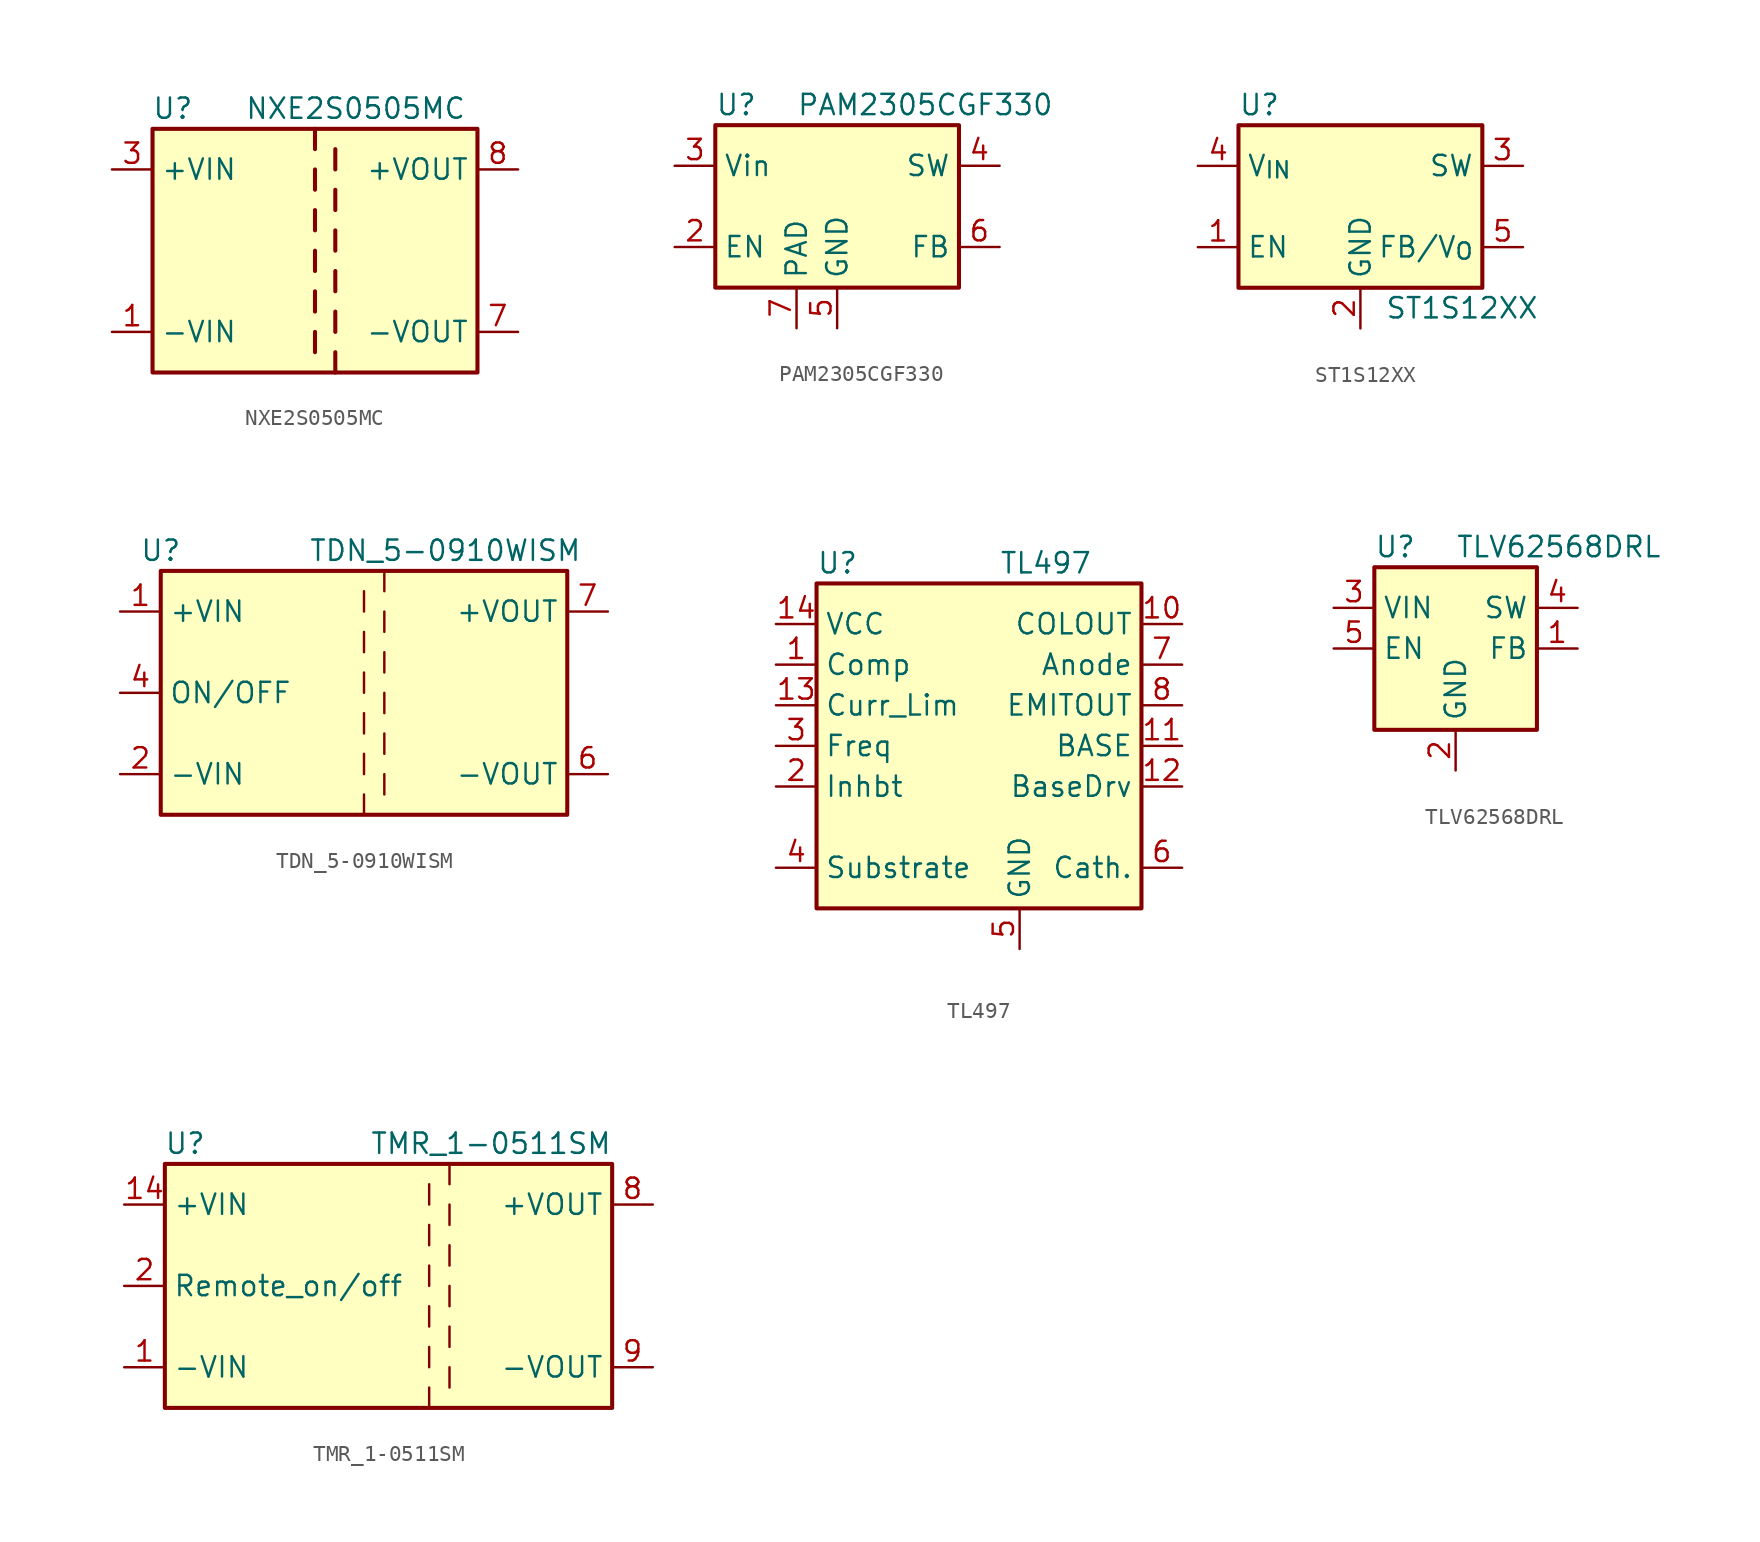
<source format=kicad_sym>
(kicad_symbol_lib
  (version 20201005)
  (generator kicad_symbol_editor)
  (symbol "Regulator_Switching:NXE2S0505MC"
    (property "Reference" "U"
      (at -8.89 8.89 0)
      (effects (font (size 1.27 1.27))))
    (property "Value" "NXE2S0505MC"
      (at 2.54 8.89 0)
      (effects (font (size 1.27 1.27))))
    (symbol "NXE2S0505MC_0_1"
      (rectangle (start -10.16 7.62) (end 10.16 -7.62) (stroke (width 0.254)) (fill (type background)))
      (polyline (pts (xy 0 -5.08) (xy 0 -6.35)) (stroke (width 0.254)) (fill (type none)))
      (polyline (pts (xy 0 -2.54) (xy 0 -3.81)) (stroke (width 0.254)) (fill (type none)))
      (polyline (pts (xy 0 0) (xy 0 -1.27)) (stroke (width 0.254)) (fill (type none)))
      (polyline (pts (xy 0 2.54) (xy 0 1.27)) (stroke (width 0.254)) (fill (type none)))
      (polyline (pts (xy 0 5.08) (xy 0 3.81)) (stroke (width 0.254)) (fill (type none)))
      (polyline (pts (xy 0 7.62) (xy 0 6.35)) (stroke (width 0.254)) (fill (type none)))
      (polyline (pts (xy 1.27 -7.62) (xy 1.27 -6.35)) (stroke (width 0.254)) (fill (type none)))
      (polyline (pts (xy 1.27 -5.08) (xy 1.27 -3.81)) (stroke (width 0.254)) (fill (type none)))
      (polyline (pts (xy 1.27 -2.54) (xy 1.27 -1.27)) (stroke (width 0.254)) (fill (type none)))
      (polyline (pts (xy 1.27 0) (xy 1.27 1.27)) (stroke (width 0.254)) (fill (type none)))
      (polyline (pts (xy 1.27 2.54) (xy 1.27 3.81)) (stroke (width 0.254)) (fill (type none)))
      (polyline (pts (xy 1.27 5.08) (xy 1.27 6.35)) (stroke (width 0.254)) (fill (type none))))
    (symbol "NXE2S0505MC_1_1"
      (pin power_in line (at -12.7 -5.08 0) (length 2.54) (name "-VIN" (effects (font (size 1.27 1.27)))) (number "1" (effects (font (size 1.27 1.27)))))
      (pin no_connect line (at -10.16 0 0) (length 2.54) hide (name "NC" (effects (font (size 1.27 1.27)))) (number "14" (effects (font (size 1.27 1.27)))))
      (pin power_in line (at -12.7 5.08 0) (length 2.54) (name "+VIN" (effects (font (size 1.27 1.27)))) (number "3" (effects (font (size 1.27 1.27)))))
      (pin power_out line (at 12.7 -5.08 180) (length 2.54) (name "-VOUT" (effects (font (size 1.27 1.27)))) (number "7" (effects (font (size 1.27 1.27)))))
      (pin power_out line (at 12.7 5.08 180) (length 2.54) (name "+VOUT" (effects (font (size 1.27 1.27)))) (number "8" (effects (font (size 1.27 1.27)))))))
  (symbol "Regulator_Switching:PAM2305CGF330"
    (property "Reference" "U"
      (at -7.62 6.35 0)
      (effects (font (size 1.27 1.27)) (justify left)))
    (property "Value" "PAM2305CGF330"
      (at -2.54 6.35 0)
      (effects (font (size 1.27 1.27)) (justify left)))
    (symbol "PAM2305CGF330_0_1"
      (rectangle (start -7.62 5.08) (end 7.62 -5.08) (stroke (width 0.254)) (fill (type background))))
    (symbol "PAM2305CGF330_1_1"
      (pin no_connect line (at -7.62 0 0) (length 2.54) hide (name "NC" (effects (font (size 1.27 1.27)))) (number "1" (effects (font (size 1.27 1.27)))))
      (pin input line (at -10.16 -2.54 0) (length 2.54) (name "EN" (effects (font (size 1.27 1.27)))) (number "2" (effects (font (size 1.27 1.27)))))
      (pin power_in line (at -10.16 2.54 0) (length 2.54) (name "Vin" (effects (font (size 1.27 1.27)))) (number "3" (effects (font (size 1.27 1.27)))))
      (pin output line (at 10.16 2.54 180) (length 2.54) (name "SW" (effects (font (size 1.27 1.27)))) (number "4" (effects (font (size 1.27 1.27)))))
      (pin power_in line (at 0 -7.62 90) (length 2.54) (name "GND" (effects (font (size 1.27 1.27)))) (number "5" (effects (font (size 1.27 1.27)))))
      (pin input line (at 10.16 -2.54 180) (length 2.54) (name "FB" (effects (font (size 1.27 1.27)))) (number "6" (effects (font (size 1.27 1.27)))))
      (pin passive line (at -2.54 -7.62 90) (length 2.54) (name "PAD" (effects (font (size 1.27 1.27)))) (number "7" (effects (font (size 1.27 1.27)))))))
  (symbol "Regulator_Switching:ST1S12XX"
    (property "Reference" "U"
      (at -7.62 6.35 0)
      (effects (font (size 1.27 1.27)) (justify left)))
    (property "Value" "ST1S12XX"
      (at 6.35 -6.35 0)
      (effects (font (size 1.27 1.27))))
    (symbol "ST1S12XX_0_1"
      (rectangle (start 7.62 -5.08) (end -7.62 5.08) (stroke (width 0.254)) (fill (type background))))
    (symbol "ST1S12XX_1_1"
      (pin input line (at -10.16 -2.54 0) (length 2.54) (name "EN" (effects (font (size 1.27 1.27)))) (number "1" (effects (font (size 1.27 1.27)))))
      (pin power_in line (at 0 -7.62 90) (length 2.54) (name "GND" (effects (font (size 1.27 1.27)))) (number "2" (effects (font (size 1.27 1.27)))))
      (pin output line (at 10.16 2.54 180) (length 2.54) (name "SW" (effects (font (size 1.27 1.27)))) (number "3" (effects (font (size 1.27 1.27)))))
      (pin input line (at -10.16 2.54 0) (length 2.54) (name "V_{IN}" (effects (font (size 1.27 1.27)))) (number "4" (effects (font (size 1.27 1.27)))))
      (pin input line (at 10.16 -2.54 180) (length 2.54) (name "FB/V_{O}" (effects (font (size 1.27 1.27)))) (number "5" (effects (font (size 1.27 1.27)))))))
  (symbol "Regulator_Switching:TDN_5-0910WISM"
    (property "Reference" "U"
      (at -12.7 8.89 0)
      (effects (font (size 1.27 1.27))))
    (property "Value" "TDN_5-0910WISM"
      (at 5.08 8.89 0)
      (effects (font (size 1.27 1.27))))
    (symbol "TDN_5-0910WISM_0_1"
      (rectangle (start -12.7 7.62) (end 12.7 -7.62) (stroke (width 0.254)) (fill (type background))))
    (symbol "TDN_5-0910WISM_1_1"
      (polyline (pts (xy 0 -6.35) (xy 0 -7.62)) (stroke (width 0)) (fill (type none)))
      (polyline (pts (xy 0 -3.81) (xy 0 -5.08)) (stroke (width 0)) (fill (type none)))
      (polyline (pts (xy 0 -1.27) (xy 0 -2.54)) (stroke (width 0)) (fill (type none)))
      (polyline (pts (xy 0 1.27) (xy 0 0)) (stroke (width 0)) (fill (type none)))
      (polyline (pts (xy 0 3.81) (xy 0 2.54)) (stroke (width 0)) (fill (type none)))
      (polyline (pts (xy 0 6.35) (xy 0 5.08)) (stroke (width 0)) (fill (type none)))
      (polyline (pts (xy 1.27 -5.08) (xy 1.27 -6.35)) (stroke (width 0)) (fill (type none)))
      (polyline (pts (xy 1.27 -2.54) (xy 1.27 -3.81)) (stroke (width 0)) (fill (type none)))
      (polyline (pts (xy 1.27 0) (xy 1.27 -1.27)) (stroke (width 0)) (fill (type none)))
      (polyline (pts (xy 1.27 2.54) (xy 1.27 1.27)) (stroke (width 0)) (fill (type none)))
      (polyline (pts (xy 1.27 5.08) (xy 1.27 3.81)) (stroke (width 0)) (fill (type none)))
      (polyline (pts (xy 1.27 7.62) (xy 1.27 6.35)) (stroke (width 0)) (fill (type none)))
      (pin power_in line (at -15.24 5.08 0) (length 2.54) (name "+VIN" (effects (font (size 1.27 1.27)))) (number "1" (effects (font (size 1.27 1.27)))))
      (pin power_in line (at -15.24 -5.08 0) (length 2.54) (name "-VIN" (effects (font (size 1.27 1.27)))) (number "2" (effects (font (size 1.27 1.27)))))
      (pin input line (at -15.24 0 0) (length 2.54) (name "ON/OFF" (effects (font (size 1.27 1.27)))) (number "4" (effects (font (size 1.27 1.27)))))
      (pin no_connect line (at 12.7 2.54 180) (length 2.54) hide (name "NC" (effects (font (size 1.27 1.27)))) (number "5" (effects (font (size 1.27 1.27)))))
      (pin power_out line (at 15.24 -5.08 180) (length 2.54) (name "-VOUT" (effects (font (size 1.27 1.27)))) (number "6" (effects (font (size 1.27 1.27)))))
      (pin power_out line (at 15.24 5.08 180) (length 2.54) (name "+VOUT" (effects (font (size 1.27 1.27)))) (number "7" (effects (font (size 1.27 1.27)))))))
  (symbol "Regulator_Switching:TL497"
    (property "Reference" "U"
      (at -10.16 11.43 0)
      (effects (font (size 1.27 1.27)) (justify left)))
    (property "Value" "TL497"
      (at 1.27 11.43 0)
      (effects (font (size 1.27 1.27)) (justify left)))
    (symbol "TL497_0_1"
      (rectangle (start -10.16 10.16) (end 10.16 -10.16) (stroke (width 0.254)) (fill (type background))))
    (symbol "TL497_1_1"
      (pin input line (at -12.7 5.08 0) (length 2.54) (name "Comp" (effects (font (size 1.27 1.27)))) (number "1" (effects (font (size 1.27 1.27)))))
      (pin open_collector line (at 12.7 7.62 180) (length 2.54) (name "COLOUT" (effects (font (size 1.27 1.27)))) (number "10" (effects (font (size 1.27 1.27)))))
      (pin passive line (at 12.7 0 180) (length 2.54) (name "BASE" (effects (font (size 1.27 1.27)))) (number "11" (effects (font (size 1.27 1.27)))))
      (pin passive line (at 12.7 -2.54 180) (length 2.54) (name "BaseDrv" (effects (font (size 1.27 1.27)))) (number "12" (effects (font (size 1.27 1.27)))))
      (pin input line (at -12.7 2.54 0) (length 2.54) (name "Curr_Lim" (effects (font (size 1.27 1.27)))) (number "13" (effects (font (size 1.27 1.27)))))
      (pin power_in line (at -12.7 7.62 0) (length 2.54) (name "VCC" (effects (font (size 1.27 1.27)))) (number "14" (effects (font (size 1.27 1.27)))))
      (pin input line (at -12.7 -2.54 0) (length 2.54) (name "Inhbt" (effects (font (size 1.27 1.27)))) (number "2" (effects (font (size 1.27 1.27)))))
      (pin input line (at -12.7 0 0) (length 2.54) (name "Freq" (effects (font (size 1.27 1.27)))) (number "3" (effects (font (size 1.27 1.27)))))
      (pin input line (at -12.7 -7.62 0) (length 2.54) (name "Substrate" (effects (font (size 1.27 1.27)))) (number "4" (effects (font (size 1.27 1.27)))))
      (pin power_in line (at 2.54 -12.7 90) (length 2.54) (name "GND" (effects (font (size 1.27 1.27)))) (number "5" (effects (font (size 1.27 1.27)))))
      (pin passive line (at 12.7 -7.62 180) (length 2.54) (name "Cath." (effects (font (size 1.27 1.27)))) (number "6" (effects (font (size 1.27 1.27)))))
      (pin passive line (at 12.7 5.08 180) (length 2.54) (name "Anode" (effects (font (size 1.27 1.27)))) (number "7" (effects (font (size 1.27 1.27)))))
      (pin open_emitter line (at 12.7 2.54 180) (length 2.54) (name "EMITOUT" (effects (font (size 1.27 1.27)))) (number "8" (effects (font (size 1.27 1.27)))))
      (pin no_connect line (at -10.16 -5.08 0) (length 2.54) hide (name "NC" (effects (font (size 1.27 1.27)))) (number "9" (effects (font (size 1.27 1.27)))))))
  (symbol "Regulator_Switching:TLV62568DRL"
    (property "Reference" "U"
      (at -5.08 6.35 0)
      (effects (font (size 1.27 1.27)) (justify left)))
    (property "Value" "TLV62568DRL"
      (at 0 6.35 0)
      (effects (font (size 1.27 1.27)) (justify left)))
    (symbol "TLV62568DRL_0_1"
      (rectangle (start -5.08 5.08) (end 5.08 -5.08) (stroke (width 0.254)) (fill (type background))))
    (symbol "TLV62568DRL_1_1"
      (pin input line (at 7.62 0 180) (length 2.54) (name "FB" (effects (font (size 1.27 1.27)))) (number "1" (effects (font (size 1.27 1.27)))))
      (pin power_in line (at 0 -7.62 90) (length 2.54) (name "GND" (effects (font (size 1.27 1.27)))) (number "2" (effects (font (size 1.27 1.27)))))
      (pin power_in line (at -7.62 2.54 0) (length 2.54) (name "VIN" (effects (font (size 1.27 1.27)))) (number "3" (effects (font (size 1.27 1.27)))))
      (pin power_out line (at 7.62 2.54 180) (length 2.54) (name "SW" (effects (font (size 1.27 1.27)))) (number "4" (effects (font (size 1.27 1.27)))))
      (pin input line (at -7.62 0 0) (length 2.54) (name "EN" (effects (font (size 1.27 1.27)))) (number "5" (effects (font (size 1.27 1.27)))))
      (pin no_connect line (at 5.08 -2.54 180) (length 2.54) hide (name "NC" (effects (font (size 1.27 1.27)))) (number "6" (effects (font (size 1.27 1.27)))))))
  (symbol "Regulator_Switching:TMR_1-0511SM"
    (property "Reference" "U"
      (at -16.51 8.89 0)
      (effects (font (size 1.27 1.27))))
    (property "Value" "TMR_1-0511SM"
      (at 10.16 8.89 0)
      (effects (font (size 1.27 1.27)) (justify right)))
    (symbol "TMR_1-0511SM_0_1"
      (rectangle (start -17.78 7.62) (end 10.16 -7.62) (stroke (width 0.254)) (fill (type background)))
      (polyline (pts (xy -1.27 -6.35) (xy -1.27 -7.62)) (stroke (width 0)) (fill (type none)))
      (polyline (pts (xy -1.27 -3.81) (xy -1.27 -5.08)) (stroke (width 0)) (fill (type none)))
      (polyline (pts (xy -1.27 -1.27) (xy -1.27 -2.54)) (stroke (width 0)) (fill (type none)))
      (polyline (pts (xy -1.27 1.27) (xy -1.27 0)) (stroke (width 0)) (fill (type none)))
      (polyline (pts (xy -1.27 3.81) (xy -1.27 2.54)) (stroke (width 0)) (fill (type none)))
      (polyline (pts (xy -1.27 6.35) (xy -1.27 5.08)) (stroke (width 0)) (fill (type none)))
      (polyline (pts (xy 0 -5.08) (xy 0 -6.35)) (stroke (width 0)) (fill (type none)))
      (polyline (pts (xy 0 -2.54) (xy 0 -3.81)) (stroke (width 0)) (fill (type none)))
      (polyline (pts (xy 0 0) (xy 0 -1.27)) (stroke (width 0)) (fill (type none)))
      (polyline (pts (xy 0 2.54) (xy 0 1.27)) (stroke (width 0)) (fill (type none)))
      (polyline (pts (xy 0 5.08) (xy 0 3.81)) (stroke (width 0)) (fill (type none)))
      (polyline (pts (xy 0 7.62) (xy 0 6.35)) (stroke (width 0)) (fill (type none))))
    (symbol "TMR_1-0511SM_1_1"
      (pin power_in line (at -20.32 -5.08 0) (length 2.54) (name "-VIN" (effects (font (size 1.27 1.27)))) (number "1" (effects (font (size 1.27 1.27)))))
      (pin power_in line (at -20.32 5.08 0) (length 2.54) (name "+VIN" (effects (font (size 1.27 1.27)))) (number "14" (effects (font (size 1.27 1.27)))))
      (pin input line (at -20.32 0 0) (length 2.54) (name "Remote_on/off" (effects (font (size 1.27 1.27)))) (number "2" (effects (font (size 1.27 1.27)))))
      (pin no_connect line (at 12.7 2.54 180) (length 2.54) hide (name "NC" (effects (font (size 1.27 1.27)))) (number "6" (effects (font (size 1.27 1.27)))))
      (pin no_connect line (at 12.7 -2.54 180) (length 2.54) hide (name "NC" (effects (font (size 1.27 1.27)))) (number "7" (effects (font (size 1.27 1.27)))))
      (pin power_out line (at 12.7 5.08 180) (length 2.54) (name "+VOUT" (effects (font (size 1.27 1.27)))) (number "8" (effects (font (size 1.27 1.27)))))
      (pin power_out line (at 12.7 -5.08 180) (length 2.54) (name "-VOUT" (effects (font (size 1.27 1.27)))) (number "9" (effects (font (size 1.27 1.27))))))))
</source>
